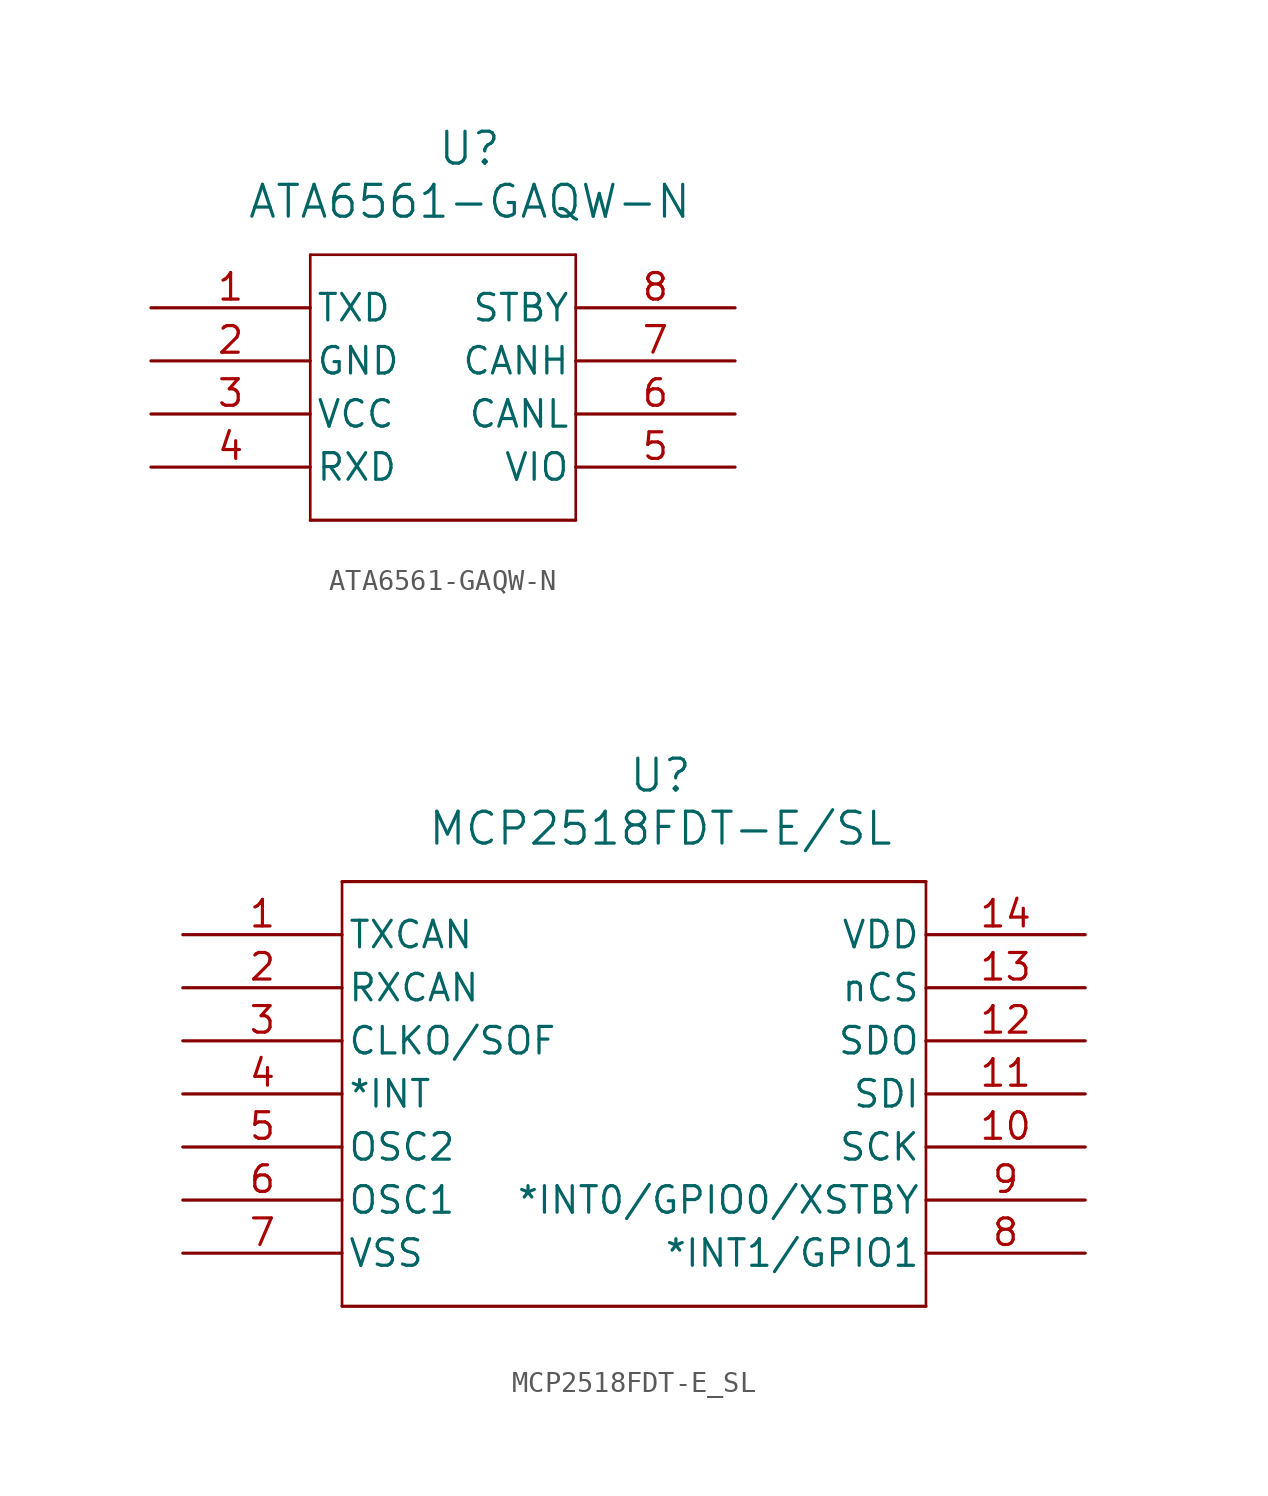
<source format=kicad_sym>
(kicad_symbol_lib
  (version 20241209)
  (generator "kicad_symbol_editor")
  (generator_version "9.0")
  (symbol "ATA6561-GAQW-N"
    (pin_names
      (offset 0.254))
    (property "Reference" "U"
      (at 15.24 7.62 0)
      (effects (font (size 1.524 1.524))))
    (property "Value" "ATA6561-GAQW-N"
      (at 15.24 5.08 0)
      (effects (font (size 1.524 1.524))))
    (property "ki_locked" ""
      (at 0 0 0)
      (effects (font (size 1.27 1.27))))
    (symbol "ATA6561-GAQW-N_0_1"
      (polyline (pts (xy 7.62 2.54) (xy 7.62 -10.16)) (stroke (width 0.127) (type default)) (fill (type none)))
      (polyline (pts (xy 20.32 2.54) (xy 7.62 2.54)) (stroke (width 0.127) (type default)) (fill (type none)))
      (polyline (pts (xy 20.32 -10.16) (xy 20.32 2.54)) (stroke (width 0.127) (type default)) (fill (type none)))
      (pin unspecified line (at 0 0 0) (length 7.62) (name "TXD" (effects (font (size 1.27 1.27)))) (number "1" (effects (font (size 1.27 1.27)))))
      (pin power_out line (at 0 -2.54 0) (length 7.62) (name "GND" (effects (font (size 1.27 1.27)))) (number "2" (effects (font (size 1.27 1.27)))))
      (pin power_in line (at 0 -5.08 0) (length 7.62) (name "VCC" (effects (font (size 1.27 1.27)))) (number "3" (effects (font (size 1.27 1.27)))))
      (pin unspecified line (at 0 -7.62 0) (length 7.62) (name "RXD" (effects (font (size 1.27 1.27)))) (number "4" (effects (font (size 1.27 1.27)))))
      (pin unspecified line (at 27.94 0 180) (length 7.62) (name "STBY" (effects (font (size 1.27 1.27)))) (number "8" (effects (font (size 1.27 1.27)))))
      (pin unspecified line (at 27.94 -2.54 180) (length 7.62) (name "CANH" (effects (font (size 1.27 1.27)))) (number "7" (effects (font (size 1.27 1.27)))))
      (pin unspecified line (at 27.94 -5.08 180) (length 7.62) (name "CANL" (effects (font (size 1.27 1.27)))) (number "6" (effects (font (size 1.27 1.27)))))
      (pin unspecified line (at 27.94 -7.62 180) (length 7.62) (name "VIO" (effects (font (size 1.27 1.27)))) (number "5" (effects (font (size 1.27 1.27))))))
    (symbol "ATA6561-GAQW-N_1_1"
      (polyline (pts (xy 7.62 -10.16) (xy 20.32 -10.16)) (stroke (width 0) (type default)) (fill (type none)))))
  (symbol "MCP2518FDT-E_SL"
    (pin_names
      (offset 0.254))
    (property "Reference" "U"
      (at 22.86 7.62 0)
      (effects (font (size 1.524 1.524))))
    (property "Value" "MCP2518FDT-E/SL"
      (at 22.86 5.08 0)
      (effects (font (size 1.524 1.524))))
    (property "ki_locked" ""
      (at 0 0 0)
      (effects (font (size 1.27 1.27))))
    (symbol "MCP2518FDT-E_SL_0_1"
      (polyline (pts (xy 7.62 2.54) (xy 7.62 -17.78)) (stroke (width 0.127) (type default)) (fill (type none)))
      (polyline (pts (xy 35.56 -17.78) (xy 35.56 2.54)) (stroke (width 0.127) (type default)) (fill (type none)))
      (pin output line (at 0 0 0) (length 7.62) (name "TXCAN" (effects (font (size 1.27 1.27)))) (number "1" (effects (font (size 1.27 1.27)))))
      (pin input line (at 0 -2.54 0) (length 7.62) (name "RXCAN" (effects (font (size 1.27 1.27)))) (number "2" (effects (font (size 1.27 1.27)))))
      (pin output line (at 0 -5.08 0) (length 7.62) (name "CLKO/SOF" (effects (font (size 1.27 1.27)))) (number "3" (effects (font (size 1.27 1.27)))))
      (pin output line (at 0 -7.62 0) (length 7.62) (name "*INT" (effects (font (size 1.27 1.27)))) (number "4" (effects (font (size 1.27 1.27)))))
      (pin output line (at 0 -10.16 0) (length 7.62) (name "OSC2" (effects (font (size 1.27 1.27)))) (number "5" (effects (font (size 1.27 1.27)))))
      (pin input line (at 0 -12.7 0) (length 7.62) (name "OSC1" (effects (font (size 1.27 1.27)))) (number "6" (effects (font (size 1.27 1.27)))))
      (pin power_out line (at 0 -15.24 0) (length 7.62) (name "VSS" (effects (font (size 1.27 1.27)))) (number "7" (effects (font (size 1.27 1.27)))))
      (pin power_in line (at 43.18 0 180) (length 7.62) (name "VDD" (effects (font (size 1.27 1.27)))) (number "14" (effects (font (size 1.27 1.27)))))
      (pin input line (at 43.18 -2.54 180) (length 7.62) (name "nCS" (effects (font (size 1.27 1.27)))) (number "13" (effects (font (size 1.27 1.27)))))
      (pin output line (at 43.18 -5.08 180) (length 7.62) (name "SDO" (effects (font (size 1.27 1.27)))) (number "12" (effects (font (size 1.27 1.27)))))
      (pin input line (at 43.18 -7.62 180) (length 7.62) (name "SDI" (effects (font (size 1.27 1.27)))) (number "11" (effects (font (size 1.27 1.27)))))
      (pin input line (at 43.18 -10.16 180) (length 7.62) (name "SCK" (effects (font (size 1.27 1.27)))) (number "10" (effects (font (size 1.27 1.27)))))
      (pin bidirectional line (at 43.18 -12.7 180) (length 7.62) (name "*INT0/GPIO0/XSTBY" (effects (font (size 1.27 1.27)))) (number "9" (effects (font (size 1.27 1.27)))))
      (pin bidirectional line (at 43.18 -15.24 180) (length 7.62) (name "*INT1/GPIO1" (effects (font (size 1.27 1.27)))) (number "8" (effects (font (size 1.27 1.27))))))
    (symbol "MCP2518FDT-E_SL_1_1"
      (polyline (pts (xy 7.62 2.54) (xy 35.56 2.54)) (stroke (width 0) (type default)) (fill (type none)))
      (polyline (pts (xy 7.62 -17.78) (xy 35.56 -17.78)) (stroke (width 0) (type default)) (fill (type none))))))
</source>
